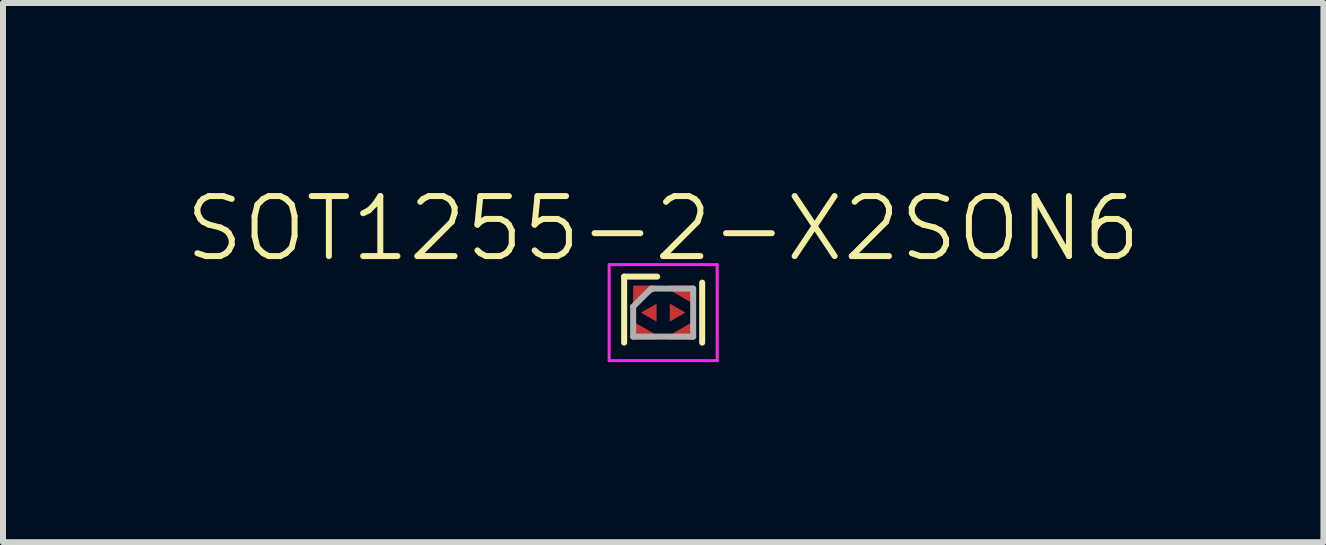
<source format=kicad_pcb>
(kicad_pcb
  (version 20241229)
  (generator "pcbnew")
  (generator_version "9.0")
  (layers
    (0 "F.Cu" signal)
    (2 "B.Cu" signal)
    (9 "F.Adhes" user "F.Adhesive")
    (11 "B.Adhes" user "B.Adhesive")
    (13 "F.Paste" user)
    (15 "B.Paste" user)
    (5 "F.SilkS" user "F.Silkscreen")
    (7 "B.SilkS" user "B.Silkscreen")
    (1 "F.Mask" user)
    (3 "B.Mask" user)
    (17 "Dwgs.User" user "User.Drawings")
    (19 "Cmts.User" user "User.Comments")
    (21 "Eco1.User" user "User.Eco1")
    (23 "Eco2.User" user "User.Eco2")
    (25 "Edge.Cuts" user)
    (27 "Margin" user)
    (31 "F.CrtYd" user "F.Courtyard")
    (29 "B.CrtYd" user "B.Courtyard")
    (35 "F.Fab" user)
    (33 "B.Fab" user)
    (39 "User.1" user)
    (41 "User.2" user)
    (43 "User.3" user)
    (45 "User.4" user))
  (footprint "SOT1255-2-X2SON6"
    (layer "F.Cu")
    (at 8.002 2.16)
    (property "Reference" "SOT1255-2-X2SON6" (at 0 -1.4 0) (unlocked yes) (layer "F.SilkS") (effects (font (size 1 1) (thickness 0.1))))
    (attr smd)
    (fp_line (start -0.65 -0.6) (end -0.1 -0.6) (stroke (width 0.1) (type default)) (layer "F.SilkS"))
    (fp_line (start -0.65 0.5) (end -0.65 -0.6) (stroke (width 0.1) (type default)) (layer "F.SilkS"))
    (fp_line (start 0.65 -0.5) (end 0.65 0.5) (stroke (width 0.1) (type solid)) (layer "F.SilkS"))
    (fp_circle (center -0.38 -0.36) (end -0.27 -0.36) (stroke (width 0) (type solid)) (fill yes) (layer "F.Paste"))
    (fp_circle (center -0.38 0.36) (end -0.27 0.36) (stroke (width 0) (type solid)) (fill yes) (layer "F.Paste"))
    (fp_circle (center -0.2 0) (end -0.09 0) (stroke (width 0) (type solid)) (fill yes) (layer "F.Paste"))
    (fp_circle (center 0.2 0) (end 0.31 0) (stroke (width 0) (type solid)) (fill yes) (layer "F.Paste"))
    (fp_circle (center 0.38 -0.36) (end 0.49 -0.36) (stroke (width 0) (type solid)) (fill yes) (layer "F.Paste"))
    (fp_circle (center 0.38 0.36) (end 0.49 0.36) (stroke (width 0) (type solid)) (fill yes) (layer "F.Paste"))
    (fp_line (start -0.9 -0.8) (end -0.9 0.8) (stroke (width 0.05) (type default)) (layer "F.CrtYd"))
    (fp_line (start -0.9 0.8) (end 0.9 0.8) (stroke (width 0.05) (type default)) (layer "F.CrtYd"))
    (fp_line (start 0.9 -0.8) (end -0.9 -0.8) (stroke (width 0.05) (type default)) (layer "F.CrtYd"))
    (fp_line (start 0.9 0.8) (end 0.9 -0.8) (stroke (width 0.05) (type default)) (layer "F.CrtYd"))
    (fp_line (start -0.5 -0.1) (end -0.5 0.4) (stroke (width 0.1) (type default)) (layer "F.Fab"))
    (fp_line (start -0.5 0.4) (end 0.5 0.4) (stroke (width 0.1) (type solid)) (layer "F.Fab"))
    (fp_line (start -0.2 -0.4) (end -0.5 -0.1) (stroke (width 0.1) (type default)) (layer "F.Fab"))
    (fp_line (start 0.5 -0.4) (end -0.2 -0.4) (stroke (width 0.1) (type default)) (layer "F.Fab"))
    (fp_line (start 0.5 0.4) (end 0.5 -0.4) (stroke (width 0.1) (type solid)) (layer "F.Fab"))
    (pad "1" smd custom (at -0.3 -0.415) (size 0.4 0.07) (layers "F.Cu" "F.Mask") (options (anchor rect)) (primitives (gr_poly (pts (xy -0.2 0.265) (xy -0.2 -0.035) (xy 0.2 -0.035) (xy 0.2 0.035)) (width 0) (fill yes))))
    (pad "1" smd custom (at -0.3 0.415 180) (size 0.4 0.07) (layers "F.Cu" "F.Mask") (options (anchor rect)) (primitives (gr_poly (pts (xy 0.2 0.265) (xy 0.2 -0.035) (xy -0.2 -0.035) (xy -0.2 0.035)) (width 0) (fill yes))))
    (pad "1" smd custom (at 0.3 -0.415) (size 0.4 0.07) (layers "F.Cu" "F.Mask") (options (anchor rect)) (primitives (gr_poly (pts (xy 0.2 0.265) (xy 0.2 -0.035) (xy -0.2 -0.035) (xy -0.2 0.035)) (width 0) (fill yes))))
    (pad "1" smd custom (at 0.3 0.415 180) (size 0.4 0.07) (layers "F.Cu" "F.Mask") (options (anchor rect)) (primitives (gr_poly (pts (xy -0.2 0.265) (xy -0.2 -0.035) (xy 0.2 -0.035) (xy 0.2 0.035)) (width 0) (fill yes))))
    (pad "2" smd trapezoid (at -0.24 0) (size 0.26 0.15) (rect_delta -0.15 0) (layers "F.Cu" "F.Mask"))
    (pad "5" smd trapezoid (at 0.24 0) (size 0.26 0.15) (rect_delta 0.15 0) (layers "F.Cu" "F.Mask")))
  (gr_rect
    (start -3 -3)
    (end 19.005 5.986)
    (stroke (width 0.1) (type default))
    (fill no)
    (layer "Edge.Cuts")))
</source>
